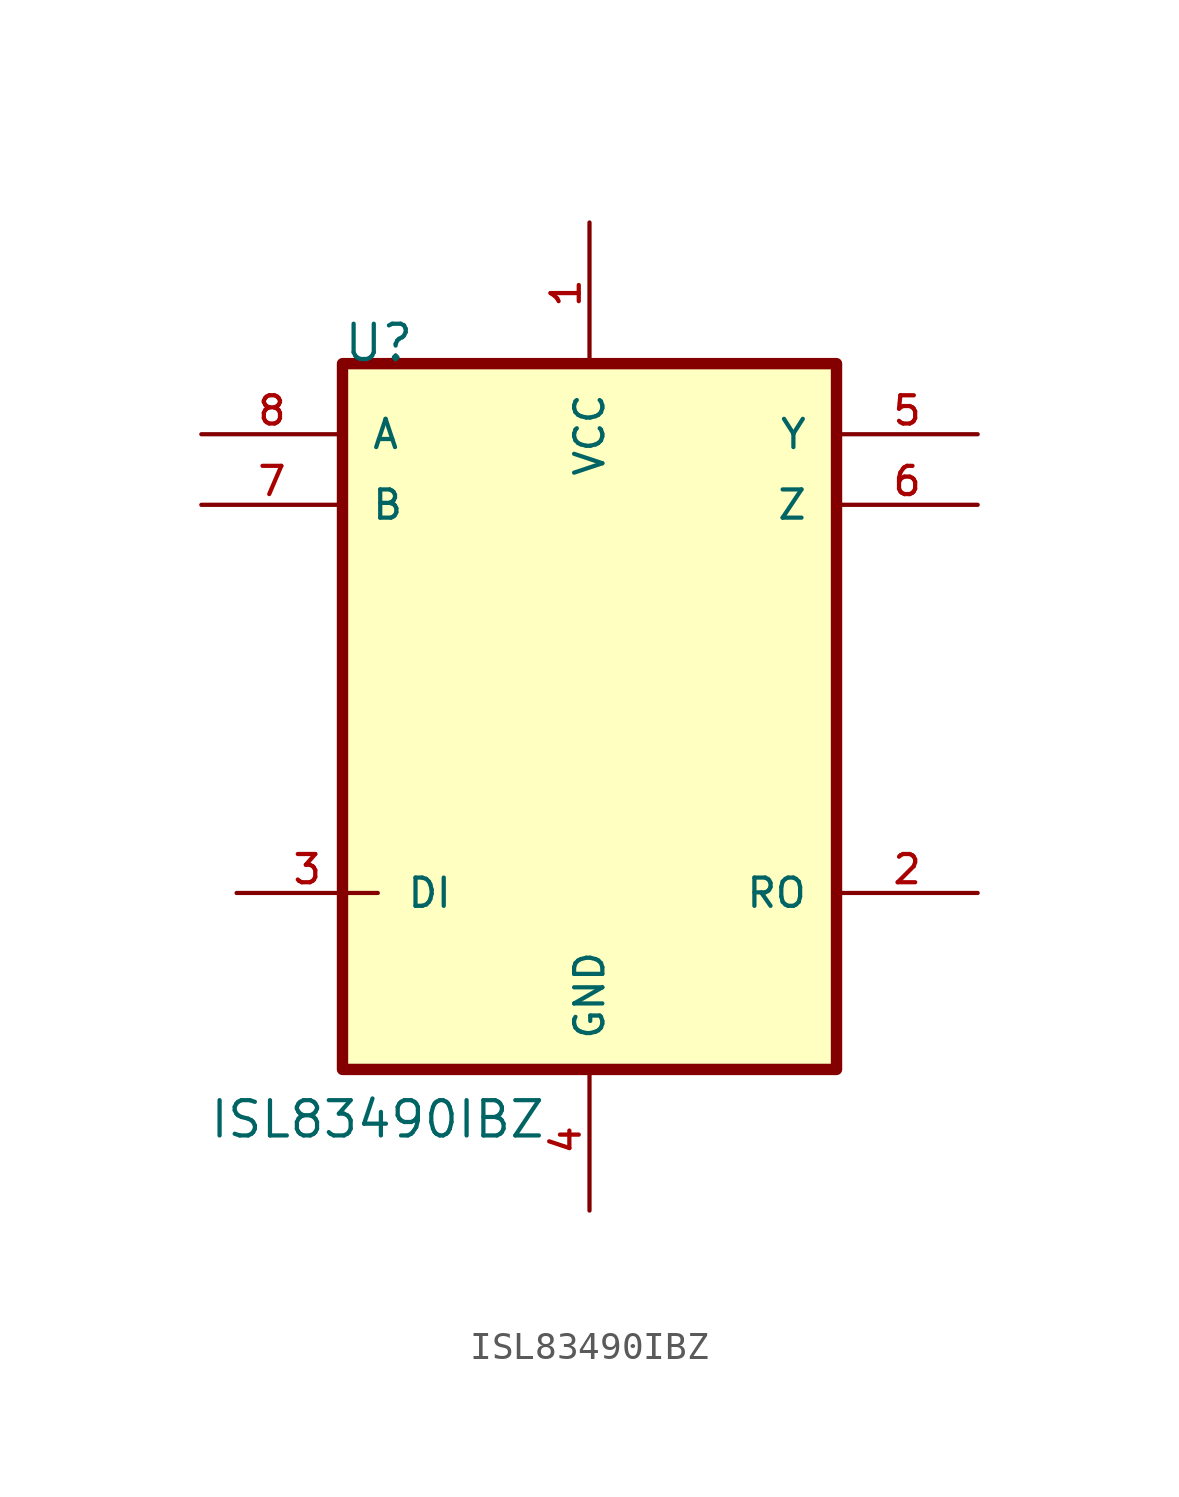
<source format=kicad_sym>
(kicad_symbol_lib
  (version 20231120)
  (generator "kicad_symbol_editor")
  (generator_version "8.0")
  (symbol "ISL83490IBZ"
    (pin_names
      (offset 1.016))
    (property "Reference" "U"
      (at -7.622 12.704 0)
      (effects (font (size 1.27 1.27)) (justify left bottom)))
    (property "Value" "ISL83490IBZ"
      (at -12.446 -15.24 0)
      (effects (font (size 1.27 1.27)) (justify left bottom)))
    (symbol "ISL83490IBZ_0_0"
      (rectangle (start -7.62 12.7) (end 10.16 -12.7) (stroke (width 0.41) (type default)) (fill (type background)))
      (pin power_in line (at 1.27 17.78 270) (length 5.08) (name "VCC" (effects (font (size 1.016 1.016)))) (number "1" (effects (font (size 1.016 1.016)))))
      (pin output line (at 15.24 -6.35 180) (length 5.08) (name "RO" (effects (font (size 1.016 1.016)))) (number "2" (effects (font (size 1.016 1.016)))))
      (pin input line (at -11.43 -6.35 0) (length 5.08) (name "DI" (effects (font (size 1.016 1.016)))) (number "3" (effects (font (size 1.016 1.016)))))
      (pin power_in line (at 1.27 -17.78 90) (length 5.08) (name "GND" (effects (font (size 1.016 1.016)))) (number "4" (effects (font (size 1.016 1.016)))))
      (pin output line (at 15.24 10.16 180) (length 5.08) (name "Y" (effects (font (size 1.016 1.016)))) (number "5" (effects (font (size 1.016 1.016)))))
      (pin output line (at 15.24 7.62 180) (length 5.08) (name "Z" (effects (font (size 1.016 1.016)))) (number "6" (effects (font (size 1.016 1.016)))))
      (pin input line (at -12.7 7.62 0) (length 5.08) (name "B" (effects (font (size 1.016 1.016)))) (number "7" (effects (font (size 1.016 1.016)))))
      (pin input line (at -12.7 10.16 0) (length 5.08) (name "A" (effects (font (size 1.016 1.016)))) (number "8" (effects (font (size 1.016 1.016))))))))
</source>
